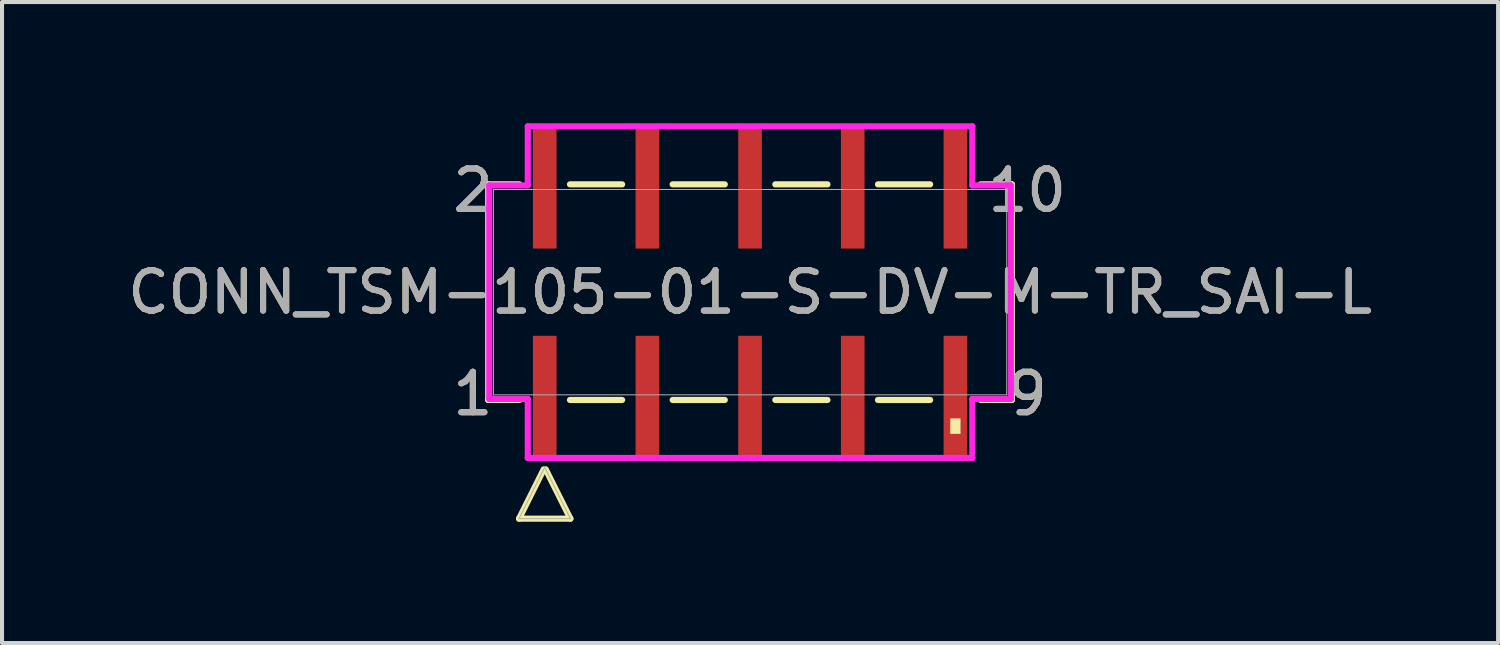
<source format=kicad_pcb>
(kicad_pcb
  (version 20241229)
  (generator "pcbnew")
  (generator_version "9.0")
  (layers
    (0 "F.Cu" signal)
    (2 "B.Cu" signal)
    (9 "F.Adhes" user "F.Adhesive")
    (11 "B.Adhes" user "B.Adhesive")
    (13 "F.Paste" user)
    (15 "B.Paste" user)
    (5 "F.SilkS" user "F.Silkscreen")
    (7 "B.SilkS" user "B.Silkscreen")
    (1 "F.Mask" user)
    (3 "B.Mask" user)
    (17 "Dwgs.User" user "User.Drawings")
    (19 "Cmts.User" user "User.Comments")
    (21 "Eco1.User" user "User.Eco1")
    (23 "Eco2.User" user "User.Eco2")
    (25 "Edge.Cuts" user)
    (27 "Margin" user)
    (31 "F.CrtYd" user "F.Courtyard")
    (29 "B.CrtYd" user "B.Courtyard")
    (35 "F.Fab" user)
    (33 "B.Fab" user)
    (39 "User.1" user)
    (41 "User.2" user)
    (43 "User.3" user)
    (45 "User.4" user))
  (footprint "CONN_TSM-105-01-S-DV-M-TR_SAI-L"
    (layer "F.Cu")
    (at 15.506 4.178)
    (property "Reference" "CONN_TSM-105-01-S-DV-M-TR_SAI-L" (at 0 0 0) (unlocked yes) (layer "F.SilkS") (effects (font (size 1 1) (thickness 0.15))))
    (attr smd)
    (fp_line (start -6.477 -2.667) (end -6.477 2.667) (stroke (width 0.152) (type solid)) (layer "F.SilkS"))
    (fp_line (start -6.477 2.667) (end -5.705 2.667) (stroke (width 0.152) (type solid)) (layer "F.SilkS"))
    (fp_line (start -5.715 5.603) (end -5.105 4.384) (stroke (width 0.152) (type solid)) (layer "F.SilkS"))
    (fp_line (start -5.705 -2.667) (end -6.477 -2.667) (stroke (width 0.152) (type solid)) (layer "F.SilkS"))
    (fp_line (start -5.055 4.384) (end -4.445 5.603) (stroke (width 0.152) (type solid)) (layer "F.SilkS"))
    (fp_line (start -4.455 2.667) (end -3.165 2.667) (stroke (width 0.152) (type solid)) (layer "F.SilkS"))
    (fp_line (start -4.445 5.603) (end -5.715 5.603) (stroke (width 0.152) (type solid)) (layer "F.SilkS"))
    (fp_line (start -3.165 -2.667) (end -4.455 -2.667) (stroke (width 0.152) (type solid)) (layer "F.SilkS"))
    (fp_line (start -1.915 2.667) (end -0.625 2.667) (stroke (width 0.152) (type solid)) (layer "F.SilkS"))
    (fp_line (start -0.625 -2.667) (end -1.915 -2.667) (stroke (width 0.152) (type solid)) (layer "F.SilkS"))
    (fp_line (start 0.625 2.667) (end 1.915 2.667) (stroke (width 0.152) (type solid)) (layer "F.SilkS"))
    (fp_line (start 1.915 -2.667) (end 0.625 -2.667) (stroke (width 0.152) (type solid)) (layer "F.SilkS"))
    (fp_line (start 3.165 2.667) (end 4.455 2.667) (stroke (width 0.152) (type solid)) (layer "F.SilkS"))
    (fp_line (start 4.455 -2.667) (end 3.165 -2.667) (stroke (width 0.152) (type solid)) (layer "F.SilkS"))
    (fp_line (start 5.705 2.667) (end 6.477 2.667) (stroke (width 0.152) (type solid)) (layer "F.SilkS"))
    (fp_line (start 6.477 -2.667) (end 5.705 -2.667) (stroke (width 0.152) (type solid)) (layer "F.SilkS"))
    (fp_line (start 6.477 2.667) (end 6.477 -2.667) (stroke (width 0.152) (type solid)) (layer "F.SilkS"))
    (fp_poly (pts (xy 4.953 3.124) (xy 4.953 3.505) (xy 5.207 3.505) (xy 5.207 3.124)) (stroke (width 0) (type solid)) (fill yes) (layer "F.SilkS"))
    (fp_line (start -6.452 -2.642) (end -5.499 -2.642) (stroke (width 0.152) (type solid)) (layer "F.CrtYd"))
    (fp_line (start -6.452 2.642) (end -6.452 -2.642) (stroke (width 0.152) (type solid)) (layer "F.CrtYd"))
    (fp_line (start -5.499 -2.642) (end -5.499 -4.102) (stroke (width 0.152) (type solid)) (layer "F.CrtYd"))
    (fp_line (start -5.499 2.642) (end -6.452 2.642) (stroke (width 0.152) (type solid)) (layer "F.CrtYd"))
    (fp_line (start -5.499 4.102) (end -5.499 2.642) (stroke (width 0.152) (type solid)) (layer "F.CrtYd"))
    (fp_line (start -5.499 4.102) (end 5.499 4.102) (stroke (width 0.152) (type solid)) (layer "F.CrtYd"))
    (fp_line (start 5.499 -4.102) (end -5.499 -4.102) (stroke (width 0.152) (type solid)) (layer "F.CrtYd"))
    (fp_line (start 5.499 -4.102) (end 5.499 -2.642) (stroke (width 0.152) (type solid)) (layer "F.CrtYd"))
    (fp_line (start 5.499 -2.642) (end 6.452 -2.642) (stroke (width 0.152) (type solid)) (layer "F.CrtYd"))
    (fp_line (start 5.499 2.642) (end 5.499 4.102) (stroke (width 0.152) (type solid)) (layer "F.CrtYd"))
    (fp_line (start 6.452 -2.642) (end 6.452 2.642) (stroke (width 0.152) (type solid)) (layer "F.CrtYd"))
    (fp_line (start 6.452 2.642) (end 5.499 2.642) (stroke (width 0.152) (type solid)) (layer "F.CrtYd"))
    (fp_line (start -6.35 -2.54) (end -6.35 2.54) (stroke (width 0.025) (type solid)) (layer "F.Fab"))
    (fp_line (start -6.35 2.54) (end 6.35 2.54) (stroke (width 0.025) (type solid)) (layer "F.Fab"))
    (fp_line (start -5.715 5.603) (end -5.08 4.333) (stroke (width 0.025) (type solid)) (layer "F.Fab"))
    (fp_line (start -5.08 4.333) (end -4.445 5.603) (stroke (width 0.025) (type solid)) (layer "F.Fab"))
    (fp_line (start -4.445 5.603) (end -5.715 5.603) (stroke (width 0.025) (type solid)) (layer "F.Fab"))
    (fp_line (start 6.35 -2.54) (end -6.35 -2.54) (stroke (width 0.025) (type solid)) (layer "F.Fab"))
    (fp_line (start 6.35 2.54) (end 6.35 -2.54) (stroke (width 0.025) (type solid)) (layer "F.Fab"))
    (fp_text user "1" (at -6.858 2.515 0) (unlocked yes) (layer "F.SilkS") (effects (font (size 1 1) (thickness 0.15))))
    (fp_text user "10" (at 6.858 -2.515 0) (unlocked yes) (layer "F.SilkS") (effects (font (size 1 1) (thickness 0.15))))
    (fp_text user "9" (at 6.858 2.515 0) (unlocked yes) (layer "F.SilkS") (effects (font (size 1 1) (thickness 0.15))))
    (fp_text user "2" (at -6.858 -2.515 0) (unlocked yes) (layer "F.SilkS") (effects (font (size 1 1) (thickness 0.15))))
    (fp_text user "9" (at 6.858 2.515 0) (unlocked yes) (layer "F.Fab") (effects (font (size 1 1) (thickness 0.15))))
    (fp_text user "1" (at -6.858 2.515 0) (unlocked yes) (layer "F.Fab") (effects (font (size 1 1) (thickness 0.15))))
    (fp_text user "2" (at -6.858 -2.515 0) (unlocked yes) (layer "F.Fab") (effects (font (size 1 1) (thickness 0.15))))
    (fp_text user "${REFERENCE}" (at 0 0 0) (unlocked yes) (layer "F.Fab") (effects (font (size 1 1) (thickness 0.15))))
    (fp_text user "10" (at 6.858 -2.515 0) (unlocked yes) (layer "F.Fab") (effects (font (size 1 1) (thickness 0.15))))
    (pad "1" smd rect (at -5.08 2.565) (size 0.584 2.972) (layers "F.Cu" "F.Mask" "F.Paste"))
    (pad "2" smd rect (at -5.08 -2.565) (size 0.584 2.972) (layers "F.Cu" "F.Mask" "F.Paste"))
    (pad "3" smd rect (at -2.54 2.565) (size 0.584 2.972) (layers "F.Cu" "F.Mask" "F.Paste"))
    (pad "4" smd rect (at -2.54 -2.565) (size 0.584 2.972) (layers "F.Cu" "F.Mask" "F.Paste"))
    (pad "5" smd rect (at 0 2.565) (size 0.584 2.972) (layers "F.Cu" "F.Mask" "F.Paste"))
    (pad "6" smd rect (at 0 -2.565) (size 0.584 2.972) (layers "F.Cu" "F.Mask" "F.Paste"))
    (pad "7" smd rect (at 2.54 2.565) (size 0.584 2.972) (layers "F.Cu" "F.Mask" "F.Paste"))
    (pad "8" smd rect (at 2.54 -2.565) (size 0.584 2.972) (layers "F.Cu" "F.Mask" "F.Paste"))
    (pad "9" smd rect (at 5.08 2.565) (size 0.584 2.972) (layers "F.Cu" "F.Mask" "F.Paste"))
    (pad "10" smd rect (at 5.08 -2.565) (size 0.584 2.972) (layers "F.Cu" "F.Mask" "F.Paste")))
  (gr_rect
    (start -3 -3)
    (end 34.012 12.858)
    (stroke (width 0.1) (type default))
    (fill no)
    (layer "Edge.Cuts")))
</source>
